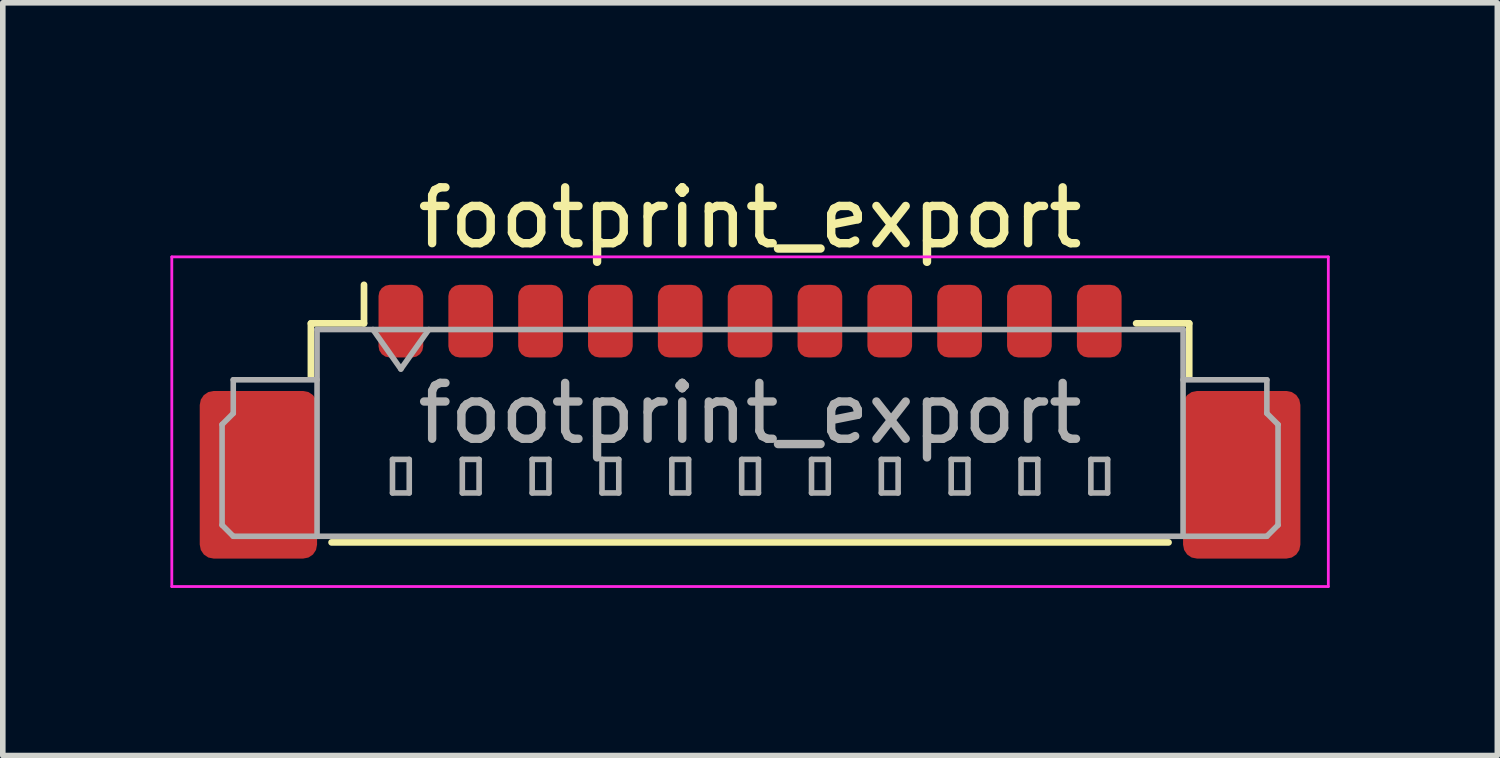
<source format=kicad_pcb>
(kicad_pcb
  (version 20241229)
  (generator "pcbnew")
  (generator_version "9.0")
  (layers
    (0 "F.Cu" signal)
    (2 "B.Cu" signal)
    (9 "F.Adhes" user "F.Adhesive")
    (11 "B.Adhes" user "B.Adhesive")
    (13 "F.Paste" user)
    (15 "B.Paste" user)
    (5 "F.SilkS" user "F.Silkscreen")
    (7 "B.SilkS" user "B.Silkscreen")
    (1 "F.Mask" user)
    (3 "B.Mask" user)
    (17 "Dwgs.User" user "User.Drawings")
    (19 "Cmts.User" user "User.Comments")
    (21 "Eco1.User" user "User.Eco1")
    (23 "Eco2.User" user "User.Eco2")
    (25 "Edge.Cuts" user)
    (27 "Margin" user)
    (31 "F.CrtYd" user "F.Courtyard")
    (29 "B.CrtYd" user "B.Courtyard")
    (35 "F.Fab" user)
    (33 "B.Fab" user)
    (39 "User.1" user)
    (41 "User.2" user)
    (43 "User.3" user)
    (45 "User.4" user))
  (footprint "footprint_export"
    (layer "F.Cu")
    (at 10.375 3.948)
    (property "Reference" "footprint_export" (at 0 -3.1 0) (layer "F.SilkS") (effects (font (size 1 1) (thickness 0.15))))
    (attr smd)
    (fp_line (start -7.86 -1.21) (end -6.91 -1.21) (stroke (width 0.12) (type solid)) (layer "F.SilkS"))
    (fp_line (start -7.86 -0.26) (end -7.86 -1.21) (stroke (width 0.12) (type solid)) (layer "F.SilkS"))
    (fp_line (start -7.49 2.71) (end 7.49 2.71) (stroke (width 0.12) (type solid)) (layer "F.SilkS"))
    (fp_line (start -6.91 -1.21) (end -6.91 -1.9) (stroke (width 0.12) (type solid)) (layer "F.SilkS"))
    (fp_line (start 7.86 -1.21) (end 6.91 -1.21) (stroke (width 0.12) (type solid)) (layer "F.SilkS"))
    (fp_line (start 7.86 -0.26) (end 7.86 -1.21) (stroke (width 0.12) (type solid)) (layer "F.SilkS"))
    (fp_line (start -10.35 -2.4) (end -10.35 3.5) (stroke (width 0.05) (type solid)) (layer "F.CrtYd"))
    (fp_line (start -10.35 3.5) (end 10.35 3.5) (stroke (width 0.05) (type solid)) (layer "F.CrtYd"))
    (fp_line (start 10.35 -2.4) (end -10.35 -2.4) (stroke (width 0.05) (type solid)) (layer "F.CrtYd"))
    (fp_line (start 10.35 3.5) (end 10.35 -2.4) (stroke (width 0.05) (type solid)) (layer "F.CrtYd"))
    (fp_line (start -9.45 0.6) (end -9.25 0.4) (stroke (width 0.1) (type solid)) (layer "F.Fab"))
    (fp_line (start -9.45 2.4) (end -9.45 0.6) (stroke (width 0.1) (type solid)) (layer "F.Fab"))
    (fp_line (start -9.25 -0.2) (end -7.75 -0.2) (stroke (width 0.1) (type solid)) (layer "F.Fab"))
    (fp_line (start -9.25 0.4) (end -9.25 -0.2) (stroke (width 0.1) (type solid)) (layer "F.Fab"))
    (fp_line (start -9.25 2.6) (end -9.45 2.4) (stroke (width 0.1) (type solid)) (layer "F.Fab"))
    (fp_line (start -7.75 -1.1) (end -7.75 2.6) (stroke (width 0.1) (type solid)) (layer "F.Fab"))
    (fp_line (start -7.75 -1.1) (end 7.75 -1.1) (stroke (width 0.1) (type solid)) (layer "F.Fab"))
    (fp_line (start -7.75 2.6) (end -9.25 2.6) (stroke (width 0.1) (type solid)) (layer "F.Fab"))
    (fp_line (start -7.75 2.6) (end 7.75 2.6) (stroke (width 0.1) (type solid)) (layer "F.Fab"))
    (fp_line (start -6.75 -1.1) (end -6.25 -0.393) (stroke (width 0.1) (type solid)) (layer "F.Fab"))
    (fp_line (start -6.4 1.225) (end -6.4 1.825) (stroke (width 0.1) (type solid)) (layer "F.Fab"))
    (fp_line (start -6.4 1.825) (end -6.1 1.825) (stroke (width 0.1) (type solid)) (layer "F.Fab"))
    (fp_line (start -6.25 -0.393) (end -5.75 -1.1) (stroke (width 0.1) (type solid)) (layer "F.Fab"))
    (fp_line (start -6.1 1.225) (end -6.4 1.225) (stroke (width 0.1) (type solid)) (layer "F.Fab"))
    (fp_line (start -6.1 1.825) (end -6.1 1.225) (stroke (width 0.1) (type solid)) (layer "F.Fab"))
    (fp_line (start -5.15 1.225) (end -5.15 1.825) (stroke (width 0.1) (type solid)) (layer "F.Fab"))
    (fp_line (start -5.15 1.825) (end -4.85 1.825) (stroke (width 0.1) (type solid)) (layer "F.Fab"))
    (fp_line (start -4.85 1.225) (end -5.15 1.225) (stroke (width 0.1) (type solid)) (layer "F.Fab"))
    (fp_line (start -4.85 1.825) (end -4.85 1.225) (stroke (width 0.1) (type solid)) (layer "F.Fab"))
    (fp_line (start -3.9 1.225) (end -3.9 1.825) (stroke (width 0.1) (type solid)) (layer "F.Fab"))
    (fp_line (start -3.9 1.825) (end -3.6 1.825) (stroke (width 0.1) (type solid)) (layer "F.Fab"))
    (fp_line (start -3.6 1.225) (end -3.9 1.225) (stroke (width 0.1) (type solid)) (layer "F.Fab"))
    (fp_line (start -3.6 1.825) (end -3.6 1.225) (stroke (width 0.1) (type solid)) (layer "F.Fab"))
    (fp_line (start -2.65 1.225) (end -2.65 1.825) (stroke (width 0.1) (type solid)) (layer "F.Fab"))
    (fp_line (start -2.65 1.825) (end -2.35 1.825) (stroke (width 0.1) (type solid)) (layer "F.Fab"))
    (fp_line (start -2.35 1.225) (end -2.65 1.225) (stroke (width 0.1) (type solid)) (layer "F.Fab"))
    (fp_line (start -2.35 1.825) (end -2.35 1.225) (stroke (width 0.1) (type solid)) (layer "F.Fab"))
    (fp_line (start -1.4 1.225) (end -1.4 1.825) (stroke (width 0.1) (type solid)) (layer "F.Fab"))
    (fp_line (start -1.4 1.825) (end -1.1 1.825) (stroke (width 0.1) (type solid)) (layer "F.Fab"))
    (fp_line (start -1.1 1.225) (end -1.4 1.225) (stroke (width 0.1) (type solid)) (layer "F.Fab"))
    (fp_line (start -1.1 1.825) (end -1.1 1.225) (stroke (width 0.1) (type solid)) (layer "F.Fab"))
    (fp_line (start -0.15 1.225) (end -0.15 1.825) (stroke (width 0.1) (type solid)) (layer "F.Fab"))
    (fp_line (start -0.15 1.825) (end 0.15 1.825) (stroke (width 0.1) (type solid)) (layer "F.Fab"))
    (fp_line (start 0.15 1.225) (end -0.15 1.225) (stroke (width 0.1) (type solid)) (layer "F.Fab"))
    (fp_line (start 0.15 1.825) (end 0.15 1.225) (stroke (width 0.1) (type solid)) (layer "F.Fab"))
    (fp_line (start 1.1 1.225) (end 1.1 1.825) (stroke (width 0.1) (type solid)) (layer "F.Fab"))
    (fp_line (start 1.1 1.825) (end 1.4 1.825) (stroke (width 0.1) (type solid)) (layer "F.Fab"))
    (fp_line (start 1.4 1.225) (end 1.1 1.225) (stroke (width 0.1) (type solid)) (layer "F.Fab"))
    (fp_line (start 1.4 1.825) (end 1.4 1.225) (stroke (width 0.1) (type solid)) (layer "F.Fab"))
    (fp_line (start 2.35 1.225) (end 2.35 1.825) (stroke (width 0.1) (type solid)) (layer "F.Fab"))
    (fp_line (start 2.35 1.825) (end 2.65 1.825) (stroke (width 0.1) (type solid)) (layer "F.Fab"))
    (fp_line (start 2.65 1.225) (end 2.35 1.225) (stroke (width 0.1) (type solid)) (layer "F.Fab"))
    (fp_line (start 2.65 1.825) (end 2.65 1.225) (stroke (width 0.1) (type solid)) (layer "F.Fab"))
    (fp_line (start 3.6 1.225) (end 3.6 1.825) (stroke (width 0.1) (type solid)) (layer "F.Fab"))
    (fp_line (start 3.6 1.825) (end 3.9 1.825) (stroke (width 0.1) (type solid)) (layer "F.Fab"))
    (fp_line (start 3.9 1.225) (end 3.6 1.225) (stroke (width 0.1) (type solid)) (layer "F.Fab"))
    (fp_line (start 3.9 1.825) (end 3.9 1.225) (stroke (width 0.1) (type solid)) (layer "F.Fab"))
    (fp_line (start 4.85 1.225) (end 4.85 1.825) (stroke (width 0.1) (type solid)) (layer "F.Fab"))
    (fp_line (start 4.85 1.825) (end 5.15 1.825) (stroke (width 0.1) (type solid)) (layer "F.Fab"))
    (fp_line (start 5.15 1.225) (end 4.85 1.225) (stroke (width 0.1) (type solid)) (layer "F.Fab"))
    (fp_line (start 5.15 1.825) (end 5.15 1.225) (stroke (width 0.1) (type solid)) (layer "F.Fab"))
    (fp_line (start 6.1 1.225) (end 6.1 1.825) (stroke (width 0.1) (type solid)) (layer "F.Fab"))
    (fp_line (start 6.1 1.825) (end 6.4 1.825) (stroke (width 0.1) (type solid)) (layer "F.Fab"))
    (fp_line (start 6.4 1.225) (end 6.1 1.225) (stroke (width 0.1) (type solid)) (layer "F.Fab"))
    (fp_line (start 6.4 1.825) (end 6.4 1.225) (stroke (width 0.1) (type solid)) (layer "F.Fab"))
    (fp_line (start 7.75 -1.1) (end 7.75 2.6) (stroke (width 0.1) (type solid)) (layer "F.Fab"))
    (fp_line (start 7.75 2.6) (end 9.25 2.6) (stroke (width 0.1) (type solid)) (layer "F.Fab"))
    (fp_line (start 9.25 -0.2) (end 7.75 -0.2) (stroke (width 0.1) (type solid)) (layer "F.Fab"))
    (fp_line (start 9.25 0.4) (end 9.25 -0.2) (stroke (width 0.1) (type solid)) (layer "F.Fab"))
    (fp_line (start 9.25 2.6) (end 9.45 2.4) (stroke (width 0.1) (type solid)) (layer "F.Fab"))
    (fp_line (start 9.45 0.6) (end 9.25 0.4) (stroke (width 0.1) (type solid)) (layer "F.Fab"))
    (fp_line (start 9.45 2.4) (end 9.45 0.6) (stroke (width 0.1) (type solid)) (layer "F.Fab"))
    (fp_text user "${REFERENCE}" (at 0 0.4 0) (layer "F.Fab") (effects (font (size 1 1) (thickness 0.15))))
    (pad "1" smd roundrect (at -6.25 -1.25) (size 0.8 1.3) (layers "F.Cu" "F.Mask" "F.Paste") (roundrect_rratio 0.25))
    (pad "2" smd roundrect (at -5 -1.25) (size 0.8 1.3) (layers "F.Cu" "F.Mask" "F.Paste") (roundrect_rratio 0.25))
    (pad "3" smd roundrect (at -3.75 -1.25) (size 0.8 1.3) (layers "F.Cu" "F.Mask" "F.Paste") (roundrect_rratio 0.25))
    (pad "4" smd roundrect (at -2.5 -1.25) (size 0.8 1.3) (layers "F.Cu" "F.Mask" "F.Paste") (roundrect_rratio 0.25))
    (pad "5" smd roundrect (at -1.25 -1.25) (size 0.8 1.3) (layers "F.Cu" "F.Mask" "F.Paste") (roundrect_rratio 0.25))
    (pad "6" smd roundrect (at 0 -1.25) (size 0.8 1.3) (layers "F.Cu" "F.Mask" "F.Paste") (roundrect_rratio 0.25))
    (pad "7" smd roundrect (at 1.25 -1.25) (size 0.8 1.3) (layers "F.Cu" "F.Mask" "F.Paste") (roundrect_rratio 0.25))
    (pad "8" smd roundrect (at 2.5 -1.25) (size 0.8 1.3) (layers "F.Cu" "F.Mask" "F.Paste") (roundrect_rratio 0.25))
    (pad "9" smd roundrect (at 3.75 -1.25) (size 0.8 1.3) (layers "F.Cu" "F.Mask" "F.Paste") (roundrect_rratio 0.25))
    (pad "10" smd roundrect (at 5 -1.25) (size 0.8 1.3) (layers "F.Cu" "F.Mask" "F.Paste") (roundrect_rratio 0.25))
    (pad "11" smd roundrect (at 6.25 -1.25) (size 0.8 1.3) (layers "F.Cu" "F.Mask" "F.Paste") (roundrect_rratio 0.25))
    (pad "MP" smd roundrect (at -8.8 1.5) (size 2.1 3) (layers "F.Cu" "F.Mask" "F.Paste") (roundrect_rratio 0.119))
    (pad "MP" smd roundrect (at 8.8 1.5) (size 2.1 3) (layers "F.Cu" "F.Mask" "F.Paste") (roundrect_rratio 0.119)))
  (gr_rect
    (start -3 -3)
    (end 23.75 10.473)
    (stroke (width 0.1) (type default))
    (fill no)
    (layer "Edge.Cuts")))
</source>
